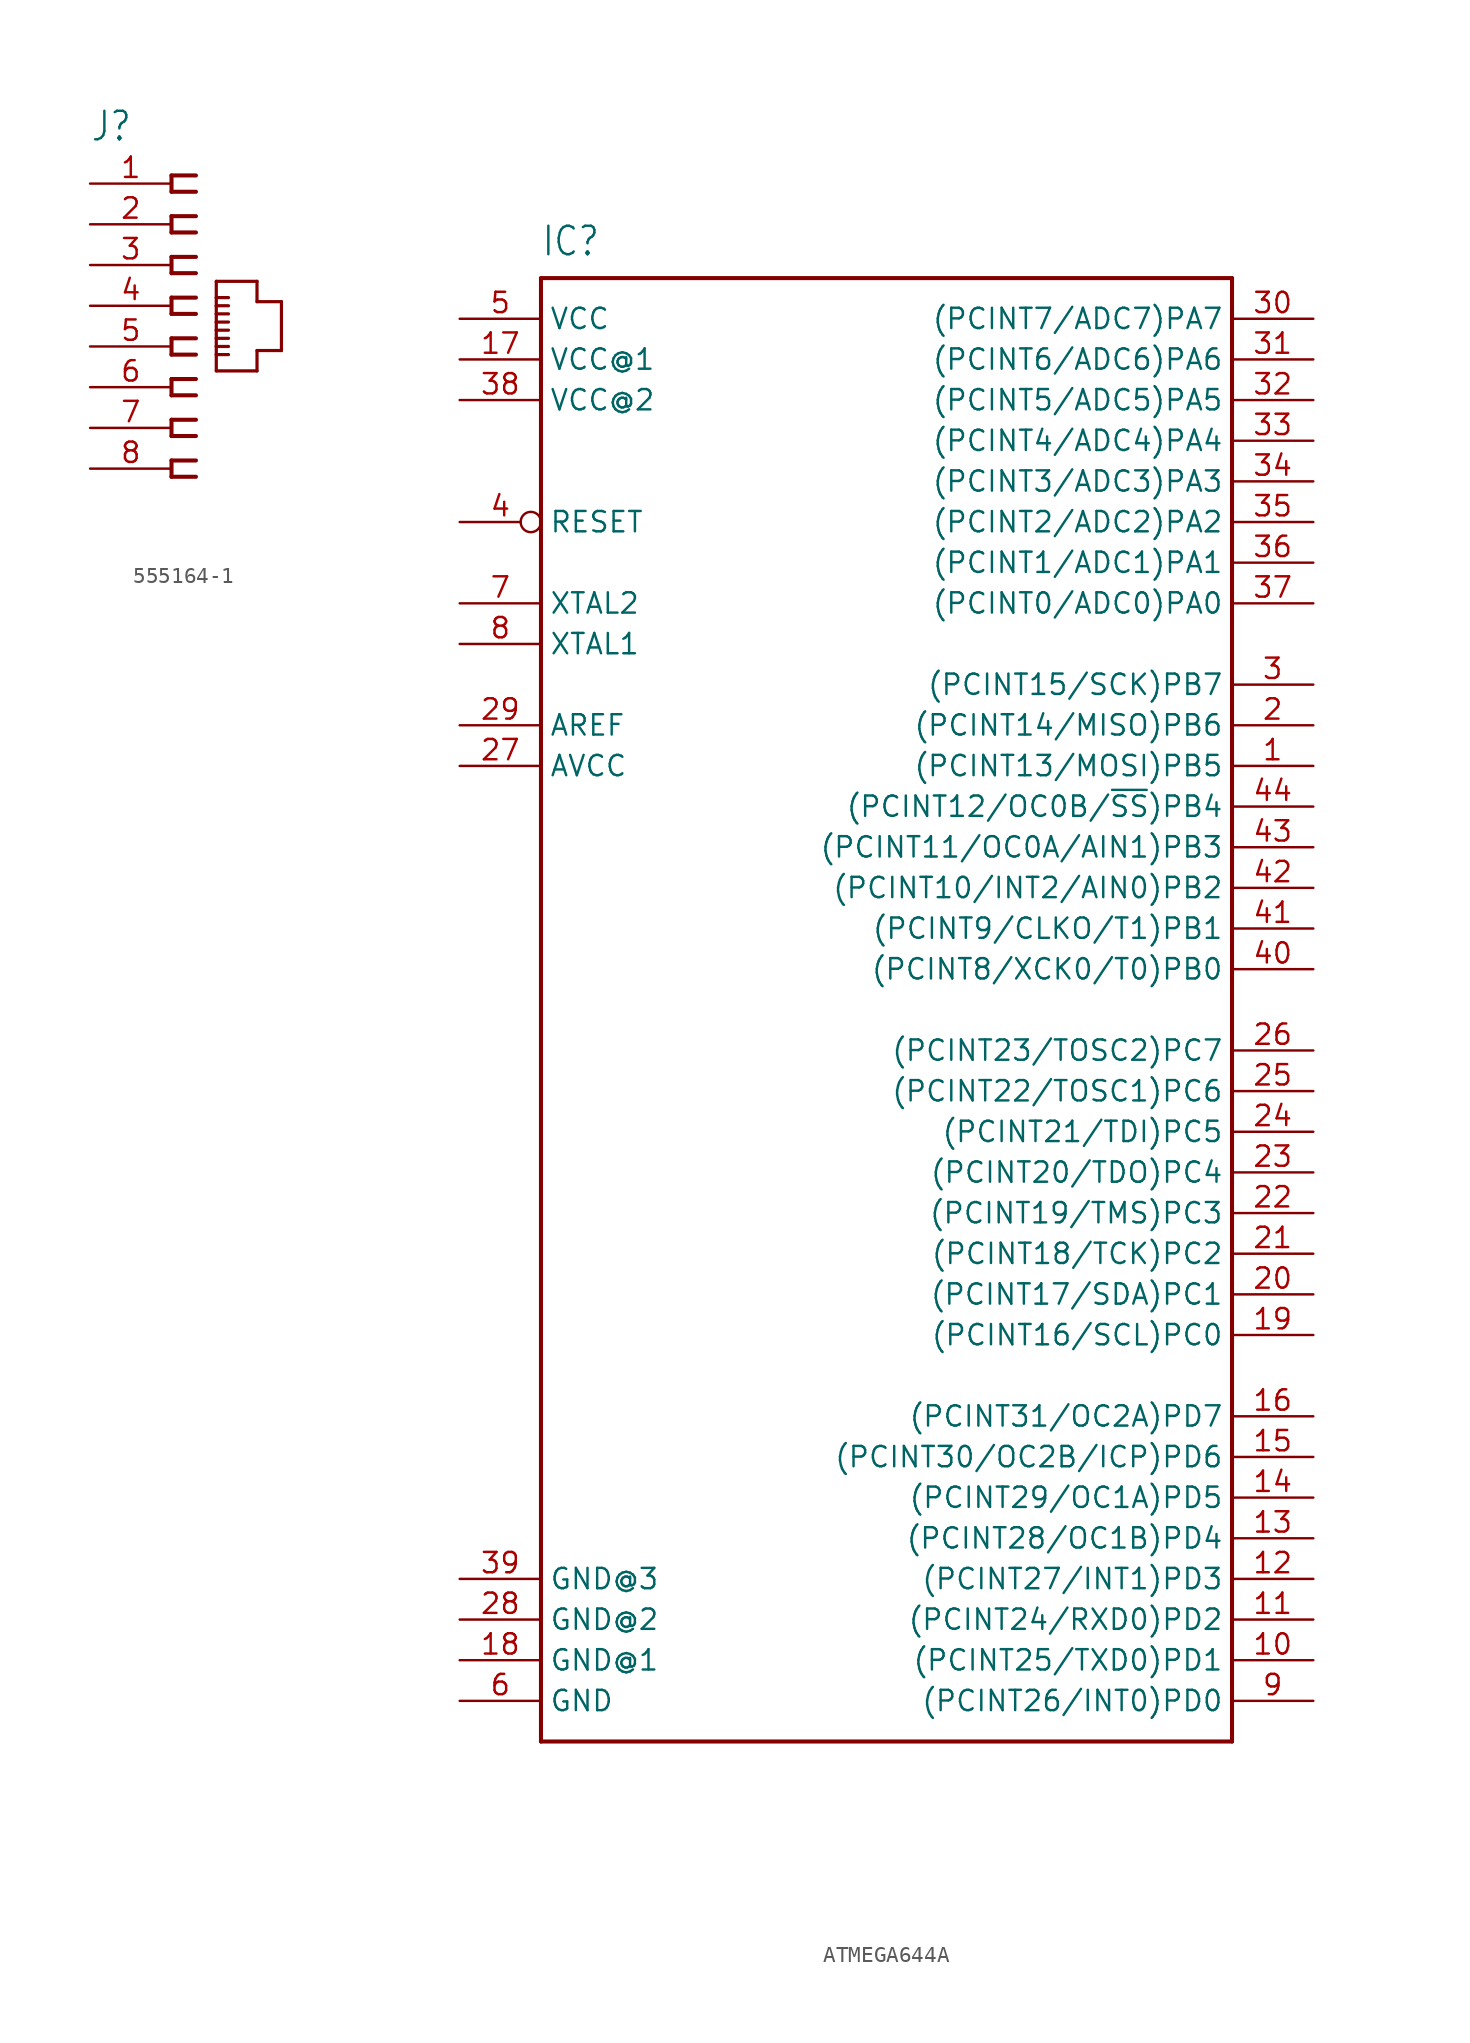
<source format=kicad_sym>
(kicad_symbol_lib
  (version 20231120)
  (generator "kicad_symbol_editor")
  (generator_version "8.0")
  (symbol "555164-1"
    (property "Reference" "J"
      (at -5.08 10.16 0)
      (effects (font (size 1.778 1.511)) (justify left bottom)))
    (property "Value" ""
      (at -5.08 -13.208 0)
      (effects (font (size 1.778 1.511)) (justify left bottom)))
    (property "ki_locked" ""
      (at 0 0 0)
      (effects (font (size 1.27 1.27))))
    (symbol "555164-1_1_0"
      (polyline (pts (xy 0 -10.668) (xy 1.524 -10.668)) (stroke (width 0.254) (type solid)) (fill (type none)))
      (polyline (pts (xy 0 -9.652) (xy 0 -10.668)) (stroke (width 0.254) (type solid)) (fill (type none)))
      (polyline (pts (xy 0 -8.128) (xy 1.524 -8.128)) (stroke (width 0.254) (type solid)) (fill (type none)))
      (polyline (pts (xy 0 -7.112) (xy 0 -8.128)) (stroke (width 0.254) (type solid)) (fill (type none)))
      (polyline (pts (xy 0 -5.588) (xy 1.524 -5.588)) (stroke (width 0.254) (type solid)) (fill (type none)))
      (polyline (pts (xy 0 -4.572) (xy 0 -5.588)) (stroke (width 0.254) (type solid)) (fill (type none)))
      (polyline (pts (xy 0 -3.048) (xy 1.524 -3.048)) (stroke (width 0.254) (type solid)) (fill (type none)))
      (polyline (pts (xy 0 -2.032) (xy 0 -3.048)) (stroke (width 0.254) (type solid)) (fill (type none)))
      (polyline (pts (xy 0 -0.508) (xy 1.524 -0.508)) (stroke (width 0.254) (type solid)) (fill (type none)))
      (polyline (pts (xy 0 0.508) (xy 0 -0.508)) (stroke (width 0.254) (type solid)) (fill (type none)))
      (polyline (pts (xy 0 2.032) (xy 1.524 2.032)) (stroke (width 0.254) (type solid)) (fill (type none)))
      (polyline (pts (xy 0 3.048) (xy 0 2.032)) (stroke (width 0.254) (type solid)) (fill (type none)))
      (polyline (pts (xy 0 4.572) (xy 1.524 4.572)) (stroke (width 0.254) (type solid)) (fill (type none)))
      (polyline (pts (xy 0 5.588) (xy 0 4.572)) (stroke (width 0.254) (type solid)) (fill (type none)))
      (polyline (pts (xy 0 7.112) (xy 1.524 7.112)) (stroke (width 0.254) (type solid)) (fill (type none)))
      (polyline (pts (xy 0 8.128) (xy 0 7.112)) (stroke (width 0.254) (type solid)) (fill (type none)))
      (polyline (pts (xy 1.524 -9.652) (xy 0 -9.652)) (stroke (width 0.254) (type solid)) (fill (type none)))
      (polyline (pts (xy 1.524 -7.112) (xy 0 -7.112)) (stroke (width 0.254) (type solid)) (fill (type none)))
      (polyline (pts (xy 1.524 -4.572) (xy 0 -4.572)) (stroke (width 0.254) (type solid)) (fill (type none)))
      (polyline (pts (xy 1.524 -2.032) (xy 0 -2.032)) (stroke (width 0.254) (type solid)) (fill (type none)))
      (polyline (pts (xy 1.524 0.508) (xy 0 0.508)) (stroke (width 0.254) (type solid)) (fill (type none)))
      (polyline (pts (xy 1.524 3.048) (xy 0 3.048)) (stroke (width 0.254) (type solid)) (fill (type none)))
      (polyline (pts (xy 1.524 5.588) (xy 0 5.588)) (stroke (width 0.254) (type solid)) (fill (type none)))
      (polyline (pts (xy 1.524 8.128) (xy 0 8.128)) (stroke (width 0.254) (type solid)) (fill (type none)))
      (polyline (pts (xy 2.794 -4.064) (xy 5.334 -4.064)) (stroke (width 0.2) (type solid)) (fill (type none)))
      (polyline (pts (xy 2.794 -3.048) (xy 2.794 -4.064)) (stroke (width 0.2) (type solid)) (fill (type none)))
      (polyline (pts (xy 2.794 -3.048) (xy 3.556 -3.048)) (stroke (width 0.2) (type solid)) (fill (type none)))
      (polyline (pts (xy 2.794 -2.54) (xy 2.794 -3.048)) (stroke (width 0.2) (type solid)) (fill (type none)))
      (polyline (pts (xy 2.794 -2.54) (xy 3.556 -2.54)) (stroke (width 0.2) (type solid)) (fill (type none)))
      (polyline (pts (xy 2.794 -2.032) (xy 2.794 -2.54)) (stroke (width 0.2) (type solid)) (fill (type none)))
      (polyline (pts (xy 2.794 -2.032) (xy 3.556 -2.032)) (stroke (width 0.2) (type solid)) (fill (type none)))
      (polyline (pts (xy 2.794 -1.524) (xy 2.794 -2.032)) (stroke (width 0.2) (type solid)) (fill (type none)))
      (polyline (pts (xy 2.794 -1.524) (xy 3.556 -1.524)) (stroke (width 0.2) (type solid)) (fill (type none)))
      (polyline (pts (xy 2.794 -1.016) (xy 2.794 -1.524)) (stroke (width 0.2) (type solid)) (fill (type none)))
      (polyline (pts (xy 2.794 -1.016) (xy 3.556 -1.016)) (stroke (width 0.2) (type solid)) (fill (type none)))
      (polyline (pts (xy 2.794 -0.508) (xy 2.794 -1.016)) (stroke (width 0.2) (type solid)) (fill (type none)))
      (polyline (pts (xy 2.794 -0.508) (xy 3.556 -0.508)) (stroke (width 0.2) (type solid)) (fill (type none)))
      (polyline (pts (xy 2.794 0) (xy 2.794 -0.508)) (stroke (width 0.2) (type solid)) (fill (type none)))
      (polyline (pts (xy 2.794 0) (xy 3.556 0)) (stroke (width 0.2) (type solid)) (fill (type none)))
      (polyline (pts (xy 2.794 0.508) (xy 2.794 0)) (stroke (width 0.2) (type solid)) (fill (type none)))
      (polyline (pts (xy 2.794 0.508) (xy 3.556 0.508)) (stroke (width 0.2) (type solid)) (fill (type none)))
      (polyline (pts (xy 2.794 1.524) (xy 2.794 0.508)) (stroke (width 0.2) (type solid)) (fill (type none)))
      (polyline (pts (xy 5.334 -4.064) (xy 5.334 -2.794)) (stroke (width 0.2) (type solid)) (fill (type none)))
      (polyline (pts (xy 5.334 -2.794) (xy 6.858 -2.794)) (stroke (width 0.2) (type solid)) (fill (type none)))
      (polyline (pts (xy 5.334 0.254) (xy 5.334 1.524)) (stroke (width 0.2) (type solid)) (fill (type none)))
      (polyline (pts (xy 5.334 1.524) (xy 2.794 1.524)) (stroke (width 0.2) (type solid)) (fill (type none)))
      (polyline (pts (xy 6.858 -2.794) (xy 6.858 0.254)) (stroke (width 0.2) (type solid)) (fill (type none)))
      (polyline (pts (xy 6.858 0.254) (xy 5.334 0.254)) (stroke (width 0.2) (type solid)) (fill (type none)))
      (pin passive line (at -5.08 7.62 0) (length 5.08) (name "1" (effects (font (size 0 0)))) (number "1" (effects (font (size 1.27 1.27)))))
      (pin passive line (at -5.08 5.08 0) (length 5.08) (name "2" (effects (font (size 0 0)))) (number "2" (effects (font (size 1.27 1.27)))))
      (pin passive line (at -5.08 2.54 0) (length 5.08) (name "3" (effects (font (size 0 0)))) (number "3" (effects (font (size 1.27 1.27)))))
      (pin passive line (at -5.08 0 0) (length 5.08) (name "4" (effects (font (size 0 0)))) (number "4" (effects (font (size 1.27 1.27)))))
      (pin passive line (at -5.08 -2.54 0) (length 5.08) (name "5" (effects (font (size 0 0)))) (number "5" (effects (font (size 1.27 1.27)))))
      (pin passive line (at -5.08 -5.08 0) (length 5.08) (name "6" (effects (font (size 0 0)))) (number "6" (effects (font (size 1.27 1.27)))))
      (pin passive line (at -5.08 -7.62 0) (length 5.08) (name "7" (effects (font (size 0 0)))) (number "7" (effects (font (size 1.27 1.27)))))
      (pin passive line (at -5.08 -10.16 0) (length 5.08) (name "8" (effects (font (size 0 0)))) (number "8" (effects (font (size 1.27 1.27)))))))
  (symbol "ATMEGA644A"
    (property "Reference" "IC"
      (at -22.86 46.99 0)
      (effects (font (size 1.778 1.511)) (justify left bottom)))
    (property "Value" ""
      (at -22.86 -48.26 0)
      (effects (font (size 1.778 1.511)) (justify left bottom)))
    (property "ki_locked" ""
      (at 0 0 0)
      (effects (font (size 1.27 1.27))))
    (symbol "ATMEGA644A_1_0"
      (polyline (pts (xy -22.86 -45.72) (xy -22.86 45.72)) (stroke (width 0.254) (type solid)) (fill (type none)))
      (polyline (pts (xy -22.86 45.72) (xy 20.32 45.72)) (stroke (width 0.254) (type solid)) (fill (type none)))
      (polyline (pts (xy 20.32 -45.72) (xy -22.86 -45.72)) (stroke (width 0.254) (type solid)) (fill (type none)))
      (polyline (pts (xy 20.32 45.72) (xy 20.32 -45.72)) (stroke (width 0.254) (type solid)) (fill (type none)))
      (pin bidirectional line (at 25.4 15.24 180) (length 5.08) (name "(PCINT13/MOSI)PB5" (effects (font (size 1.27 1.27)))) (number "1" (effects (font (size 1.27 1.27)))))
      (pin bidirectional line (at 25.4 -40.64 180) (length 5.08) (name "(PCINT25/TXD0)PD1" (effects (font (size 1.27 1.27)))) (number "10" (effects (font (size 1.27 1.27)))))
      (pin bidirectional line (at 25.4 -38.1 180) (length 5.08) (name "(PCINT24/RXD0)PD2" (effects (font (size 1.27 1.27)))) (number "11" (effects (font (size 1.27 1.27)))))
      (pin bidirectional line (at 25.4 -35.56 180) (length 5.08) (name "(PCINT27/INT1)PD3" (effects (font (size 1.27 1.27)))) (number "12" (effects (font (size 1.27 1.27)))))
      (pin bidirectional line (at 25.4 -33.02 180) (length 5.08) (name "(PCINT28/OC1B)PD4" (effects (font (size 1.27 1.27)))) (number "13" (effects (font (size 1.27 1.27)))))
      (pin bidirectional line (at 25.4 -30.48 180) (length 5.08) (name "(PCINT29/OC1A)PD5" (effects (font (size 1.27 1.27)))) (number "14" (effects (font (size 1.27 1.27)))))
      (pin bidirectional line (at 25.4 -27.94 180) (length 5.08) (name "(PCINT30/OC2B/ICP)PD6" (effects (font (size 1.27 1.27)))) (number "15" (effects (font (size 1.27 1.27)))))
      (pin bidirectional line (at 25.4 -25.4 180) (length 5.08) (name "(PCINT31/OC2A)PD7" (effects (font (size 1.27 1.27)))) (number "16" (effects (font (size 1.27 1.27)))))
      (pin power_in line (at -27.94 40.64 0) (length 5.08) (name "VCC@1" (effects (font (size 1.27 1.27)))) (number "17" (effects (font (size 1.27 1.27)))))
      (pin power_in line (at -27.94 -40.64 0) (length 5.08) (name "GND@1" (effects (font (size 1.27 1.27)))) (number "18" (effects (font (size 1.27 1.27)))))
      (pin output line (at 25.4 -20.32 180) (length 5.08) (name "(PCINT16/SCL)PC0" (effects (font (size 1.27 1.27)))) (number "19" (effects (font (size 1.27 1.27)))))
      (pin bidirectional line (at 25.4 17.78 180) (length 5.08) (name "(PCINT14/MISO)PB6" (effects (font (size 1.27 1.27)))) (number "2" (effects (font (size 1.27 1.27)))))
      (pin output line (at 25.4 -17.78 180) (length 5.08) (name "(PCINT17/SDA)PC1" (effects (font (size 1.27 1.27)))) (number "20" (effects (font (size 1.27 1.27)))))
      (pin output line (at 25.4 -15.24 180) (length 5.08) (name "(PCINT18/TCK)PC2" (effects (font (size 1.27 1.27)))) (number "21" (effects (font (size 1.27 1.27)))))
      (pin output line (at 25.4 -12.7 180) (length 5.08) (name "(PCINT19/TMS)PC3" (effects (font (size 1.27 1.27)))) (number "22" (effects (font (size 1.27 1.27)))))
      (pin output line (at 25.4 -10.16 180) (length 5.08) (name "(PCINT20/TDO)PC4" (effects (font (size 1.27 1.27)))) (number "23" (effects (font (size 1.27 1.27)))))
      (pin output line (at 25.4 -7.62 180) (length 5.08) (name "(PCINT21/TDI)PC5" (effects (font (size 1.27 1.27)))) (number "24" (effects (font (size 1.27 1.27)))))
      (pin output line (at 25.4 -5.08 180) (length 5.08) (name "(PCINT22/TOSC1)PC6" (effects (font (size 1.27 1.27)))) (number "25" (effects (font (size 1.27 1.27)))))
      (pin output line (at 25.4 -2.54 180) (length 5.08) (name "(PCINT23/TOSC2)PC7" (effects (font (size 1.27 1.27)))) (number "26" (effects (font (size 1.27 1.27)))))
      (pin power_in line (at -27.94 15.24 0) (length 5.08) (name "AVCC" (effects (font (size 1.27 1.27)))) (number "27" (effects (font (size 1.27 1.27)))))
      (pin power_in line (at -27.94 -38.1 0) (length 5.08) (name "GND@2" (effects (font (size 1.27 1.27)))) (number "28" (effects (font (size 1.27 1.27)))))
      (pin passive line (at -27.94 17.78 0) (length 5.08) (name "AREF" (effects (font (size 1.27 1.27)))) (number "29" (effects (font (size 1.27 1.27)))))
      (pin bidirectional line (at 25.4 20.32 180) (length 5.08) (name "(PCINT15/SCK)PB7" (effects (font (size 1.27 1.27)))) (number "3" (effects (font (size 1.27 1.27)))))
      (pin bidirectional line (at 25.4 43.18 180) (length 5.08) (name "(PCINT7/ADC7)PA7" (effects (font (size 1.27 1.27)))) (number "30" (effects (font (size 1.27 1.27)))))
      (pin bidirectional line (at 25.4 40.64 180) (length 5.08) (name "(PCINT6/ADC6)PA6" (effects (font (size 1.27 1.27)))) (number "31" (effects (font (size 1.27 1.27)))))
      (pin bidirectional line (at 25.4 38.1 180) (length 5.08) (name "(PCINT5/ADC5)PA5" (effects (font (size 1.27 1.27)))) (number "32" (effects (font (size 1.27 1.27)))))
      (pin bidirectional line (at 25.4 35.56 180) (length 5.08) (name "(PCINT4/ADC4)PA4" (effects (font (size 1.27 1.27)))) (number "33" (effects (font (size 1.27 1.27)))))
      (pin bidirectional line (at 25.4 33.02 180) (length 5.08) (name "(PCINT3/ADC3)PA3" (effects (font (size 1.27 1.27)))) (number "34" (effects (font (size 1.27 1.27)))))
      (pin bidirectional line (at 25.4 30.48 180) (length 5.08) (name "(PCINT2/ADC2)PA2" (effects (font (size 1.27 1.27)))) (number "35" (effects (font (size 1.27 1.27)))))
      (pin bidirectional line (at 25.4 27.94 180) (length 5.08) (name "(PCINT1/ADC1)PA1" (effects (font (size 1.27 1.27)))) (number "36" (effects (font (size 1.27 1.27)))))
      (pin bidirectional line (at 25.4 25.4 180) (length 5.08) (name "(PCINT0/ADC0)PA0" (effects (font (size 1.27 1.27)))) (number "37" (effects (font (size 1.27 1.27)))))
      (pin power_in line (at -27.94 38.1 0) (length 5.08) (name "VCC@2" (effects (font (size 1.27 1.27)))) (number "38" (effects (font (size 1.27 1.27)))))
      (pin power_in line (at -27.94 -35.56 0) (length 5.08) (name "GND@3" (effects (font (size 1.27 1.27)))) (number "39" (effects (font (size 1.27 1.27)))))
      (pin input inverted (at -27.94 30.48 0) (length 5.08) (name "RESET" (effects (font (size 1.27 1.27)))) (number "4" (effects (font (size 1.27 1.27)))))
      (pin bidirectional line (at 25.4 2.54 180) (length 5.08) (name "(PCINT8/XCK0/T0)PB0" (effects (font (size 1.27 1.27)))) (number "40" (effects (font (size 1.27 1.27)))))
      (pin bidirectional line (at 25.4 5.08 180) (length 5.08) (name "(PCINT9/CLKO/T1)PB1" (effects (font (size 1.27 1.27)))) (number "41" (effects (font (size 1.27 1.27)))))
      (pin bidirectional line (at 25.4 7.62 180) (length 5.08) (name "(PCINT10/INT2/AIN0)PB2" (effects (font (size 1.27 1.27)))) (number "42" (effects (font (size 1.27 1.27)))))
      (pin bidirectional line (at 25.4 10.16 180) (length 5.08) (name "(PCINT11/OC0A/AIN1)PB3" (effects (font (size 1.27 1.27)))) (number "43" (effects (font (size 1.27 1.27)))))
      (pin bidirectional line (at 25.4 12.7 180) (length 5.08) (name "(PCINT12/OC0B/~{SS})PB4" (effects (font (size 1.27 1.27)))) (number "44" (effects (font (size 1.27 1.27)))))
      (pin power_in line (at -27.94 43.18 0) (length 5.08) (name "VCC" (effects (font (size 1.27 1.27)))) (number "5" (effects (font (size 1.27 1.27)))))
      (pin power_in line (at -27.94 -43.18 0) (length 5.08) (name "GND" (effects (font (size 1.27 1.27)))) (number "6" (effects (font (size 1.27 1.27)))))
      (pin bidirectional line (at -27.94 25.4 0) (length 5.08) (name "XTAL2" (effects (font (size 1.27 1.27)))) (number "7" (effects (font (size 1.27 1.27)))))
      (pin bidirectional line (at -27.94 22.86 0) (length 5.08) (name "XTAL1" (effects (font (size 1.27 1.27)))) (number "8" (effects (font (size 1.27 1.27)))))
      (pin bidirectional line (at 25.4 -43.18 180) (length 5.08) (name "(PCINT26/INT0)PD0" (effects (font (size 1.27 1.27)))) (number "9" (effects (font (size 1.27 1.27))))))))
</source>
